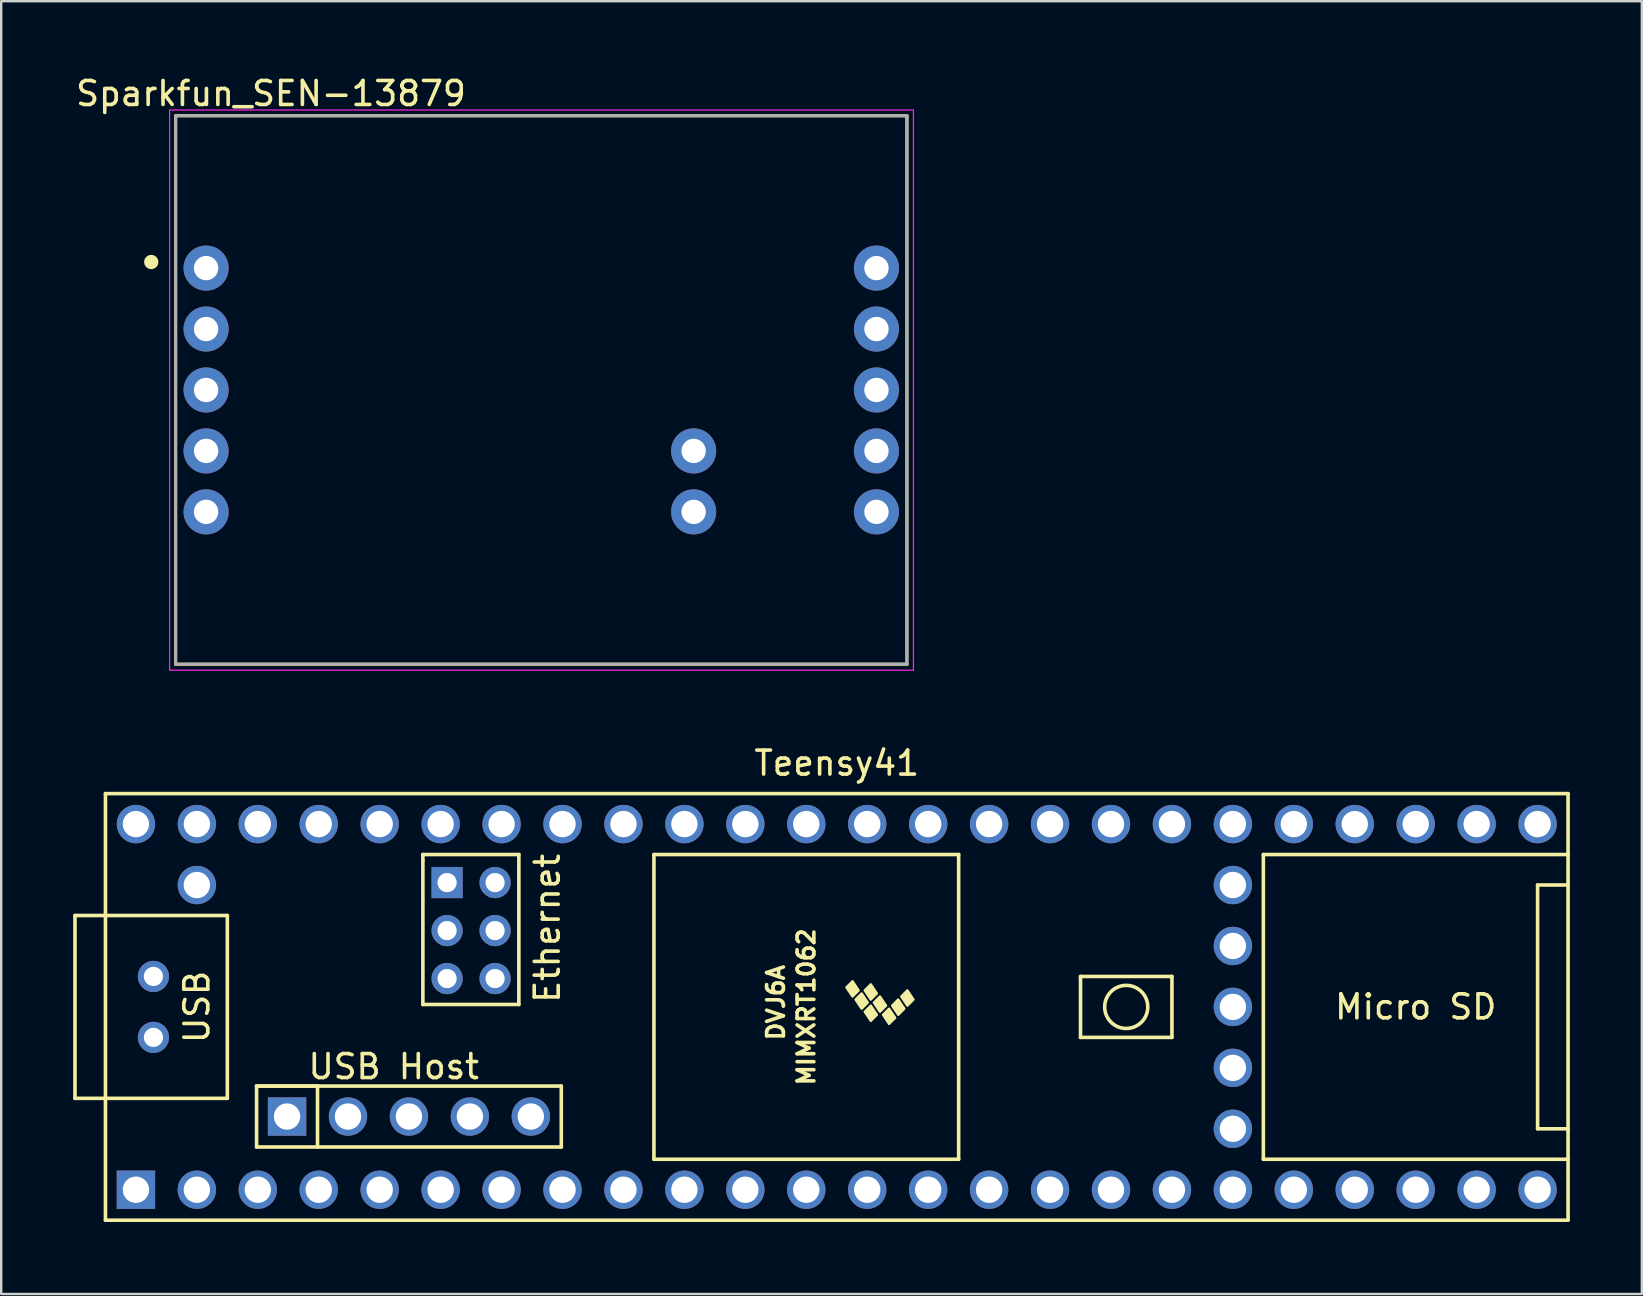
<source format=kicad_pcb>
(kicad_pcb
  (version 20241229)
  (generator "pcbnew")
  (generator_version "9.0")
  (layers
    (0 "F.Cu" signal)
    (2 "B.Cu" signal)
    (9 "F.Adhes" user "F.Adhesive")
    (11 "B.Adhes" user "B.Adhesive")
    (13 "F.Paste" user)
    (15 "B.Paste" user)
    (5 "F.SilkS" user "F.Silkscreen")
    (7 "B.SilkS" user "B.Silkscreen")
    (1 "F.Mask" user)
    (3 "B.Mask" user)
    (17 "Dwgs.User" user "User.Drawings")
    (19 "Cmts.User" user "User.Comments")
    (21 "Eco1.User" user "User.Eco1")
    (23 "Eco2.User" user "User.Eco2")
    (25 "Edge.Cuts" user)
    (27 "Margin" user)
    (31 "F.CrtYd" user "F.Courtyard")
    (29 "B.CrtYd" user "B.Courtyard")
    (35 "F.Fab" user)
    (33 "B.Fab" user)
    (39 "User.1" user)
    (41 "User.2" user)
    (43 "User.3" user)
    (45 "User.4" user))
  (footprint "Sparkfun_SEN-13879"
    (layer "F.Cu")
    (at 19.51 13.204)
    (property "Reference" "Sparkfun_SEN-13879" (at -11.266 -12.356 0) (layer "F.SilkS") (effects (font (size 1 1) (thickness 0.15))))
    (attr through_hole)
    (fp_line (start -15.24 -11.43) (end 15.24 -11.43) (stroke (width 0.127) (type solid)) (layer "F.SilkS"))
    (fp_line (start -15.24 11.43) (end -15.24 -11.43) (stroke (width 0.127) (type solid)) (layer "F.SilkS"))
    (fp_line (start 15.24 -11.43) (end 15.24 11.43) (stroke (width 0.127) (type solid)) (layer "F.SilkS"))
    (fp_line (start 15.24 11.43) (end -15.24 11.43) (stroke (width 0.127) (type solid)) (layer "F.SilkS"))
    (fp_circle (center -16.256 -5.334) (end -16.106 -5.334) (stroke (width 0.3) (type solid)) (fill no) (layer "F.SilkS"))
    (fp_line (start -15.49 -11.67) (end 15.51 -11.67) (stroke (width 0.05) (type solid)) (layer "F.CrtYd"))
    (fp_line (start -15.49 11.68) (end -15.49 -11.67) (stroke (width 0.05) (type solid)) (layer "F.CrtYd"))
    (fp_line (start 15.51 -11.67) (end 15.51 11.68) (stroke (width 0.05) (type solid)) (layer "F.CrtYd"))
    (fp_line (start 15.51 11.68) (end -15.49 11.68) (stroke (width 0.05) (type solid)) (layer "F.CrtYd"))
    (fp_line (start -15.24 -11.43) (end 15.24 -11.43) (stroke (width 0.127) (type solid)) (layer "F.Fab"))
    (fp_line (start -15.24 11.43) (end -15.24 -11.43) (stroke (width 0.127) (type solid)) (layer "F.Fab"))
    (fp_line (start 15.24 -11.43) (end 15.24 11.43) (stroke (width 0.127) (type solid)) (layer "F.Fab"))
    (fp_line (start 15.24 11.43) (end -15.24 11.43) (stroke (width 0.127) (type solid)) (layer "F.Fab"))
    (pad "1" thru_hole circle (at -13.97 -5.08) (size 1.88 1.88) (drill 1.016) (layers "*.Cu" "*.Mask"))
    (pad "2" thru_hole circle (at -13.97 -2.54) (size 1.88 1.88) (drill 1.016) (layers "*.Cu" "*.Mask"))
    (pad "3" thru_hole circle (at -13.97 0) (size 1.88 1.88) (drill 1.016) (layers "*.Cu" "*.Mask"))
    (pad "4" thru_hole circle (at -13.97 2.54) (size 1.88 1.88) (drill 1.016) (layers "*.Cu" "*.Mask"))
    (pad "5" thru_hole circle (at -13.97 5.08) (size 1.88 1.88) (drill 1.016) (layers "*.Cu" "*.Mask"))
    (pad "6" thru_hole circle (at 13.97 5.08) (size 1.88 1.88) (drill 1.016) (layers "*.Cu" "*.Mask"))
    (pad "7" thru_hole circle (at 13.97 2.54) (size 1.88 1.88) (drill 1.016) (layers "*.Cu" "*.Mask"))
    (pad "8" thru_hole circle (at 13.97 0) (size 1.88 1.88) (drill 1.016) (layers "*.Cu" "*.Mask"))
    (pad "9" thru_hole circle (at 13.97 -2.54) (size 1.88 1.88) (drill 1.016) (layers "*.Cu" "*.Mask"))
    (pad "10" thru_hole circle (at 13.97 -5.08) (size 1.88 1.88) (drill 1.016) (layers "*.Cu" "*.Mask"))
    (pad "11" thru_hole circle (at 6.35 2.54) (size 1.88 1.88) (drill 1.016) (layers "*.Cu" "*.Mask"))
    (pad "12" thru_hole circle (at 6.35 5.08) (size 1.88 1.88) (drill 1.016) (layers "*.Cu" "*.Mask")))
  (footprint "Teensy41"
    (layer "F.Cu")
    (at 31.825 38.917)
    (property "Reference" "Teensy41" (at 0 -10.16 0) (layer "F.SilkS") (effects (font (size 1 1) (thickness 0.15))))
    (attr through_hole)
    (fp_line (start -31.75 -3.81) (end -30.48 -3.81) (stroke (width 0.15) (type solid)) (layer "F.SilkS"))
    (fp_line (start -31.75 3.81) (end -31.75 -3.81) (stroke (width 0.15) (type solid)) (layer "F.SilkS"))
    (fp_line (start -30.48 -8.89) (end 30.48 -8.89) (stroke (width 0.15) (type solid)) (layer "F.SilkS"))
    (fp_line (start -30.48 3.81) (end -31.75 3.81) (stroke (width 0.15) (type solid)) (layer "F.SilkS"))
    (fp_line (start -30.48 8.89) (end -30.48 -8.89) (stroke (width 0.15) (type solid)) (layer "F.SilkS"))
    (fp_line (start -25.4 -3.81) (end -30.48 -3.81) (stroke (width 0.15) (type solid)) (layer "F.SilkS"))
    (fp_line (start -25.4 3.81) (end -30.48 3.81) (stroke (width 0.15) (type solid)) (layer "F.SilkS"))
    (fp_line (start -25.4 3.81) (end -25.4 -3.81) (stroke (width 0.15) (type solid)) (layer "F.SilkS"))
    (fp_line (start -24.181 3.299) (end -21.641 3.299) (stroke (width 0.15) (type solid)) (layer "F.SilkS"))
    (fp_line (start -24.181 3.299) (end -11.481 3.299) (stroke (width 0.15) (type solid)) (layer "F.SilkS"))
    (fp_line (start -24.181 5.839) (end -24.181 3.299) (stroke (width 0.15) (type solid)) (layer "F.SilkS"))
    (fp_line (start -21.641 3.299) (end -21.641 5.839) (stroke (width 0.15) (type solid)) (layer "F.SilkS"))
    (fp_line (start -17.25 -6.352) (end -17.25 -6.102) (stroke (width 0.15) (type solid)) (layer "F.SilkS"))
    (fp_line (start -17.25 -6.102) (end -17.25 -0.102) (stroke (width 0.15) (type solid)) (layer "F.SilkS"))
    (fp_line (start -17.25 -0.102) (end -13.25 -0.102) (stroke (width 0.15) (type solid)) (layer "F.SilkS"))
    (fp_line (start -13.25 -6.352) (end -17.25 -6.352) (stroke (width 0.15) (type solid)) (layer "F.SilkS"))
    (fp_line (start -13.25 -0.102) (end -13.25 -6.352) (stroke (width 0.15) (type solid)) (layer "F.SilkS"))
    (fp_line (start -11.481 3.299) (end -11.481 5.839) (stroke (width 0.15) (type solid)) (layer "F.SilkS"))
    (fp_line (start -11.481 5.839) (end -24.181 5.839) (stroke (width 0.15) (type solid)) (layer "F.SilkS"))
    (fp_line (start -7.62 -6.35) (end -7.62 6.35) (stroke (width 0.15) (type solid)) (layer "F.SilkS"))
    (fp_line (start -7.62 6.35) (end 5.08 6.35) (stroke (width 0.15) (type solid)) (layer "F.SilkS"))
    (fp_line (start 5.08 -6.35) (end -7.62 -6.35) (stroke (width 0.15) (type solid)) (layer "F.SilkS"))
    (fp_line (start 5.08 6.35) (end 5.08 -6.35) (stroke (width 0.15) (type solid)) (layer "F.SilkS"))
    (fp_line (start 10.16 -1.27) (end 13.97 -1.27) (stroke (width 0.15) (type solid)) (layer "F.SilkS"))
    (fp_line (start 10.16 1.27) (end 10.16 -1.27) (stroke (width 0.15) (type solid)) (layer "F.SilkS"))
    (fp_line (start 13.97 -1.27) (end 13.97 1.27) (stroke (width 0.15) (type solid)) (layer "F.SilkS"))
    (fp_line (start 13.97 1.27) (end 10.16 1.27) (stroke (width 0.15) (type solid)) (layer "F.SilkS"))
    (fp_line (start 17.78 -6.35) (end 17.78 6.35) (stroke (width 0.15) (type solid)) (layer "F.SilkS"))
    (fp_line (start 17.78 6.35) (end 30.48 6.35) (stroke (width 0.15) (type solid)) (layer "F.SilkS"))
    (fp_line (start 29.21 -5.08) (end 29.21 5.08) (stroke (width 0.15) (type solid)) (layer "F.SilkS"))
    (fp_line (start 29.21 5.08) (end 30.48 5.08) (stroke (width 0.15) (type solid)) (layer "F.SilkS"))
    (fp_line (start 30.48 -8.89) (end 30.48 8.89) (stroke (width 0.15) (type solid)) (layer "F.SilkS"))
    (fp_line (start 30.48 -6.35) (end 17.78 -6.35) (stroke (width 0.15) (type solid)) (layer "F.SilkS"))
    (fp_line (start 30.48 -5.08) (end 29.21 -5.08) (stroke (width 0.15) (type solid)) (layer "F.SilkS"))
    (fp_line (start 30.48 8.89) (end -30.48 8.89) (stroke (width 0.15) (type solid)) (layer "F.SilkS"))
    (fp_circle (center 12.065 0) (end 12.7 -0.635) (stroke (width 0.15) (type solid)) (fill no) (layer "F.SilkS"))
    (fp_poly (pts (xy 0.911 -0.688) (xy 0.657 -0.434) (xy 0.403 -0.815) (xy 0.657 -1.069)) (stroke (width 0.1) (type solid)) (fill yes) (layer "F.SilkS"))
    (fp_poly (pts (xy 1.292 -0.18) (xy 1.038 0.074) (xy 0.784 -0.307) (xy 1.038 -0.561)) (stroke (width 0.1) (type solid)) (fill yes) (layer "F.SilkS"))
    (fp_poly (pts (xy 1.673 -0.561) (xy 1.419 -0.307) (xy 1.165 -0.688) (xy 1.419 -0.942)) (stroke (width 0.1) (type solid)) (fill yes) (layer "F.SilkS"))
    (fp_poly (pts (xy 1.673 0.328) (xy 1.419 0.582) (xy 1.165 0.201) (xy 1.419 -0.053)) (stroke (width 0.1) (type solid)) (fill yes) (layer "F.SilkS"))
    (fp_poly (pts (xy 2.054 -0.053) (xy 1.8 0.201) (xy 1.546 -0.18) (xy 1.8 -0.434)) (stroke (width 0.1) (type solid)) (fill yes) (layer "F.SilkS"))
    (fp_poly (pts (xy 2.435 0.455) (xy 2.181 0.709) (xy 1.927 0.328) (xy 2.181 0.074)) (stroke (width 0.1) (type solid)) (fill yes) (layer "F.SilkS"))
    (fp_poly (pts (xy 2.816 0.074) (xy 2.562 0.328) (xy 2.308 -0.053) (xy 2.562 -0.307)) (stroke (width 0.1) (type solid)) (fill yes) (layer "F.SilkS"))
    (fp_poly (pts (xy 3.197 -0.307) (xy 2.943 -0.053) (xy 2.689 -0.434) (xy 2.943 -0.688)) (stroke (width 0.1) (type solid)) (fill yes) (layer "F.SilkS"))
    (fp_text user "USB Host" (at -18.466 2.489 0) (layer "F.SilkS") (effects (font (size 1 1) (thickness 0.15))))
    (fp_text user "USB" (at -26.67 0 270) (layer "F.SilkS") (effects (font (size 1 1) (thickness 0.15))))
    (fp_text user "MIMXRT1062" (at -1.27 0 270) (layer "F.SilkS") (effects (font (size 0.7 0.7) (thickness 0.15))))
    (fp_text user "Micro SD" (at 24.13 0 0) (layer "F.SilkS") (effects (font (size 1 1) (thickness 0.15))))
    (fp_text user "Ethernet" (at -12.065 -3.277 90) (layer "F.SilkS") (effects (font (size 1 1) (thickness 0.15))))
    (fp_text user "DVJ6A" (at -2.54 -0.18 270) (layer "F.SilkS") (effects (font (size 0.7 0.7) (thickness 0.15))))
    (pad "1" thru_hole rect (at -29.21 7.62) (size 1.6 1.6) (drill 1.1) (layers "*.Cu" "*.Mask"))
    (pad "2" thru_hole circle (at -26.67 7.62) (size 1.6 1.6) (drill 1.1) (layers "*.Cu" "*.Mask"))
    (pad "3" thru_hole circle (at -24.13 7.62) (size 1.6 1.6) (drill 1.1) (layers "*.Cu" "*.Mask"))
    (pad "4" thru_hole circle (at -21.59 7.62) (size 1.6 1.6) (drill 1.1) (layers "*.Cu" "*.Mask"))
    (pad "5" thru_hole circle (at -19.05 7.62) (size 1.6 1.6) (drill 1.1) (layers "*.Cu" "*.Mask"))
    (pad "6" thru_hole circle (at -16.51 7.62) (size 1.6 1.6) (drill 1.1) (layers "*.Cu" "*.Mask"))
    (pad "7" thru_hole circle (at -13.97 7.62) (size 1.6 1.6) (drill 1.1) (layers "*.Cu" "*.Mask"))
    (pad "8" thru_hole circle (at -11.43 7.62) (size 1.6 1.6) (drill 1.1) (layers "*.Cu" "*.Mask"))
    (pad "9" thru_hole circle (at -8.89 7.62) (size 1.6 1.6) (drill 1.1) (layers "*.Cu" "*.Mask"))
    (pad "10" thru_hole circle (at -6.35 7.62) (size 1.6 1.6) (drill 1.1) (layers "*.Cu" "*.Mask"))
    (pad "11" thru_hole circle (at -3.81 7.62) (size 1.6 1.6) (drill 1.1) (layers "*.Cu" "*.Mask"))
    (pad "12" thru_hole circle (at -1.27 7.62) (size 1.6 1.6) (drill 1.1) (layers "*.Cu" "*.Mask"))
    (pad "13" thru_hole circle (at 1.27 7.62) (size 1.6 1.6) (drill 1.1) (layers "*.Cu" "*.Mask"))
    (pad "14" thru_hole circle (at 3.81 7.62) (size 1.6 1.6) (drill 1.1) (layers "*.Cu" "*.Mask"))
    (pad "15" thru_hole circle (at 6.35 7.62) (size 1.6 1.6) (drill 1.1) (layers "*.Cu" "*.Mask"))
    (pad "16" thru_hole circle (at 8.89 7.62) (size 1.6 1.6) (drill 1.1) (layers "*.Cu" "*.Mask"))
    (pad "17" thru_hole circle (at 11.43 7.62) (size 1.6 1.6) (drill 1.1) (layers "*.Cu" "*.Mask"))
    (pad "18" thru_hole circle (at 13.97 7.62) (size 1.6 1.6) (drill 1.1) (layers "*.Cu" "*.Mask"))
    (pad "19" thru_hole circle (at 16.51 7.62) (size 1.6 1.6) (drill 1.1) (layers "*.Cu" "*.Mask"))
    (pad "20" thru_hole circle (at 19.05 7.62) (size 1.6 1.6) (drill 1.1) (layers "*.Cu" "*.Mask"))
    (pad "21" thru_hole circle (at 21.59 7.62) (size 1.6 1.6) (drill 1.1) (layers "*.Cu" "*.Mask"))
    (pad "22" thru_hole circle (at 24.13 7.62) (size 1.6 1.6) (drill 1.1) (layers "*.Cu" "*.Mask"))
    (pad "23" thru_hole circle (at 26.67 7.62) (size 1.6 1.6) (drill 1.1) (layers "*.Cu" "*.Mask"))
    (pad "24" thru_hole circle (at 29.21 7.62) (size 1.6 1.6) (drill 1.1) (layers "*.Cu" "*.Mask"))
    (pad "25" thru_hole circle (at 29.21 -7.62) (size 1.6 1.6) (drill 1.1) (layers "*.Cu" "*.Mask"))
    (pad "26" thru_hole circle (at 26.67 -7.62) (size 1.6 1.6) (drill 1.1) (layers "*.Cu" "*.Mask"))
    (pad "27" thru_hole circle (at 24.13 -7.62) (size 1.6 1.6) (drill 1.1) (layers "*.Cu" "*.Mask"))
    (pad "28" thru_hole circle (at 21.59 -7.62) (size 1.6 1.6) (drill 1.1) (layers "*.Cu" "*.Mask"))
    (pad "29" thru_hole circle (at 19.05 -7.62) (size 1.6 1.6) (drill 1.1) (layers "*.Cu" "*.Mask"))
    (pad "30" thru_hole circle (at 16.51 -7.62) (size 1.6 1.6) (drill 1.1) (layers "*.Cu" "*.Mask"))
    (pad "31" thru_hole circle (at 13.97 -7.62) (size 1.6 1.6) (drill 1.1) (layers "*.Cu" "*.Mask"))
    (pad "32" thru_hole circle (at 11.43 -7.62) (size 1.6 1.6) (drill 1.1) (layers "*.Cu" "*.Mask"))
    (pad "33" thru_hole circle (at 8.89 -7.62) (size 1.6 1.6) (drill 1.1) (layers "*.Cu" "*.Mask"))
    (pad "34" thru_hole circle (at 6.35 -7.62) (size 1.6 1.6) (drill 1.1) (layers "*.Cu" "*.Mask"))
    (pad "35" thru_hole circle (at 3.81 -7.62) (size 1.6 1.6) (drill 1.1) (layers "*.Cu" "*.Mask"))
    (pad "36" thru_hole circle (at 1.27 -7.62) (size 1.6 1.6) (drill 1.1) (layers "*.Cu" "*.Mask"))
    (pad "37" thru_hole circle (at -1.27 -7.62) (size 1.6 1.6) (drill 1.1) (layers "*.Cu" "*.Mask"))
    (pad "38" thru_hole circle (at -3.81 -7.62) (size 1.6 1.6) (drill 1.1) (layers "*.Cu" "*.Mask"))
    (pad "39" thru_hole circle (at -6.35 -7.62) (size 1.6 1.6) (drill 1.1) (layers "*.Cu" "*.Mask"))
    (pad "40" thru_hole circle (at -8.89 -7.62) (size 1.6 1.6) (drill 1.1) (layers "*.Cu" "*.Mask"))
    (pad "41" thru_hole circle (at -11.43 -7.62) (size 1.6 1.6) (drill 1.1) (layers "*.Cu" "*.Mask"))
    (pad "42" thru_hole circle (at -13.97 -7.62) (size 1.6 1.6) (drill 1.1) (layers "*.Cu" "*.Mask"))
    (pad "43" thru_hole circle (at -16.51 -7.62) (size 1.6 1.6) (drill 1.1) (layers "*.Cu" "*.Mask"))
    (pad "44" thru_hole circle (at -19.05 -7.62) (size 1.6 1.6) (drill 1.1) (layers "*.Cu" "*.Mask"))
    (pad "45" thru_hole circle (at -21.59 -7.62) (size 1.6 1.6) (drill 1.1) (layers "*.Cu" "*.Mask"))
    (pad "46" thru_hole circle (at -24.13 -7.62) (size 1.6 1.6) (drill 1.1) (layers "*.Cu" "*.Mask"))
    (pad "47" thru_hole circle (at -26.67 -7.62) (size 1.6 1.6) (drill 1.1) (layers "*.Cu" "*.Mask"))
    (pad "48" thru_hole circle (at -29.21 -7.62) (size 1.6 1.6) (drill 1.1) (layers "*.Cu" "*.Mask"))
    (pad "49" thru_hole circle (at -26.67 -5.08) (size 1.6 1.6) (drill 1.1) (layers "*.Cu" "*.Mask"))
    (pad "50" thru_hole circle (at 16.51 5.08) (size 1.6 1.6) (drill 1.1) (layers "*.Cu" "*.Mask"))
    (pad "51" thru_hole circle (at 16.51 2.54) (size 1.6 1.6) (drill 1.1) (layers "*.Cu" "*.Mask"))
    (pad "52" thru_hole circle (at 16.51 0) (size 1.6 1.6) (drill 1.1) (layers "*.Cu" "*.Mask"))
    (pad "53" thru_hole circle (at 16.51 -2.54) (size 1.6 1.6) (drill 1.1) (layers "*.Cu" "*.Mask"))
    (pad "54" thru_hole circle (at 16.51 -5.08) (size 1.6 1.6) (drill 1.1) (layers "*.Cu" "*.Mask"))
    (pad "55" thru_hole rect (at -22.911 4.569) (size 1.6 1.6) (drill 1.1) (layers "*.Cu" "*.Mask"))
    (pad "56" thru_hole circle (at -20.371 4.569) (size 1.6 1.6) (drill 1.1) (layers "*.Cu" "*.Mask"))
    (pad "57" thru_hole circle (at -17.831 4.569) (size 1.6 1.6) (drill 1.1) (layers "*.Cu" "*.Mask"))
    (pad "58" thru_hole circle (at -15.291 4.569) (size 1.6 1.6) (drill 1.1) (layers "*.Cu" "*.Mask"))
    (pad "59" thru_hole circle (at -12.751 4.569) (size 1.6 1.6) (drill 1.1) (layers "*.Cu" "*.Mask"))
    (pad "60" thru_hole rect (at -16.24 -5.182) (size 1.3 1.3) (drill 0.8) (layers "*.Cu" "*.Mask"))
    (pad "61" thru_hole circle (at -16.24 -3.182) (size 1.3 1.3) (drill 0.8) (layers "*.Cu" "*.Mask"))
    (pad "62" thru_hole circle (at -16.24 -1.182) (size 1.3 1.3) (drill 0.8) (layers "*.Cu" "*.Mask"))
    (pad "63" thru_hole circle (at -14.24 -1.182) (size 1.3 1.3) (drill 0.8) (layers "*.Cu" "*.Mask"))
    (pad "64" thru_hole circle (at -14.24 -3.182) (size 1.3 1.3) (drill 0.8) (layers "*.Cu" "*.Mask"))
    (pad "65" thru_hole circle (at -14.24 -5.182) (size 1.3 1.3) (drill 0.8) (layers "*.Cu" "*.Mask"))
    (pad "66" thru_hole circle (at -28.48 -1.27) (size 1.3 1.3) (drill 0.8) (layers "*.Cu" "*.Mask"))
    (pad "67" thru_hole circle (at -28.48 1.27) (size 1.3 1.3) (drill 0.8) (layers "*.Cu" "*.Mask")))
  (gr_rect
    (start -3 -3)
    (end 65.38 50.882)
    (stroke (width 0.1) (type default))
    (fill no)
    (layer "Edge.Cuts")))
</source>
